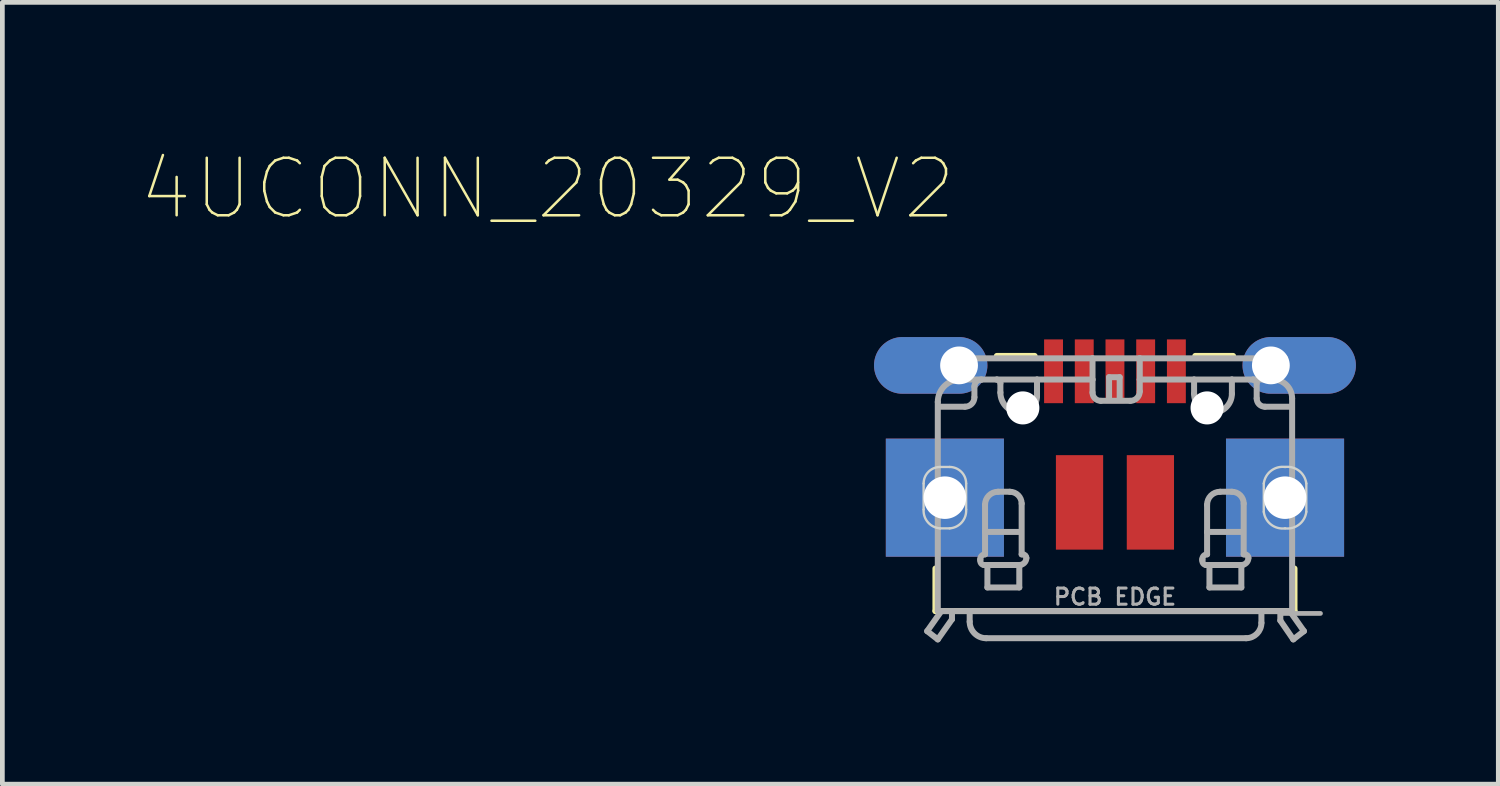
<source format=kicad_pcb>
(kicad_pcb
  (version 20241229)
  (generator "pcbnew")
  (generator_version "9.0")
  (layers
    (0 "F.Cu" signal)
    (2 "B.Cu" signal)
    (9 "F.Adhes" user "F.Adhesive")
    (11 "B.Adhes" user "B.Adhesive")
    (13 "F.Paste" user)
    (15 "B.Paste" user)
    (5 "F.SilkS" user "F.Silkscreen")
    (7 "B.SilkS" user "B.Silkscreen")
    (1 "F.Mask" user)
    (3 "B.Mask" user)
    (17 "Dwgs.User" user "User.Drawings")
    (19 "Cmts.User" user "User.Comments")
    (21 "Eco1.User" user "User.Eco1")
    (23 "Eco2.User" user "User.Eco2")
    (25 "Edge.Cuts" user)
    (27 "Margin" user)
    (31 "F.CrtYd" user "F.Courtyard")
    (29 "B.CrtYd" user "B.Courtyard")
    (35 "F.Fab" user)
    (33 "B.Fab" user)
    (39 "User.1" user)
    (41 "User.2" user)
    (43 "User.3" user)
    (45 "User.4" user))
  (footprint "4UCONN_20329_V2"
    (layer "F.Cu")
    (at 20.55 5.584)
    (property "Reference" "4UCONN_20329_V2" (at -3.31 -5.35 180) (layer "F.SilkS") (effects (font (size 1.217 1.217) (thickness 0.053)) (justify right top)))
    (fp_poly (pts (xy -1.55 -0.05) (xy -1.05 -0.05) (xy -1.05 -1.5) (xy -1.55 -1.5)) (stroke (width 0) (type default)) (fill yes) (layer "F.Mask"))
    (fp_poly (pts (xy -0.9 -0.05) (xy -0.4 -0.05) (xy -0.4 -1.5) (xy -0.9 -1.5)) (stroke (width 0) (type default)) (fill yes) (layer "F.Mask"))
    (fp_poly (pts (xy -0.25 -0.05) (xy 0.25 -0.05) (xy 0.25 -1.5) (xy -0.25 -1.5)) (stroke (width 0) (type default)) (fill yes) (layer "F.Mask"))
    (fp_poly (pts (xy 0.4 -0.05) (xy 0.9 -0.05) (xy 0.9 -1.5) (xy 0.4 -1.5)) (stroke (width 0) (type default)) (fill yes) (layer "F.Mask"))
    (fp_poly (pts (xy 1.05 -0.05) (xy 1.55 -0.05) (xy 1.55 -1.5) (xy 1.05 -1.5)) (stroke (width 0) (type default)) (fill yes) (layer "F.Mask"))
    (fp_line (start -3.8 3.4) (end -3.8 4.3) (stroke (width 0.127) (type solid)) (layer "F.SilkS"))
    (fp_line (start -3.8 4.3) (end 3.8 4.3) (stroke (width 0.127) (type solid)) (layer "F.SilkS"))
    (fp_line (start -2.5 -1.1) (end -1.7 -1.1) (stroke (width 0.127) (type solid)) (layer "F.SilkS"))
    (fp_line (start 1.7 -1.1) (end 2.5 -1.1) (stroke (width 0.127) (type solid)) (layer "F.SilkS"))
    (fp_line (start 3.8 4.3) (end 3.8 3.4) (stroke (width 0.127) (type solid)) (layer "F.SilkS"))
    (fp_poly (pts (xy -4.85 3.15) (xy -2.35 3.15) (xy -2.35 0.65) (xy -4.85 0.65)) (stroke (width 0) (type default)) (fill yes) (layer "F.Paste"))
    (fp_poly (pts (xy 2.35 3.15) (xy 4.85 3.15) (xy 4.85 0.65) (xy 2.35 0.65)) (stroke (width 0) (type default)) (fill yes) (layer "F.Paste"))
    (fp_poly (pts (xy -3.186 -1.499) (xy -3.03 -1.442) (xy -2.893 -1.346) (xy -2.786 -1.219) (xy -2.715 -1.067) (xy -2.686 -0.9) (xy -2.715 -0.733) (xy -2.786 -0.581) (xy -2.893 -0.454) (xy -3.03 -0.358) (xy -3.186 -0.301) (xy -3.347 -0.286) (xy -4.457 -0.286) (xy -4.767 -0.355) (xy -4.907 -0.454) (xy -5.014 -0.581) (xy -5.085 -0.733) (xy -5.115 -0.904) (xy -5.017 -1.215) (xy -4.907 -1.346) (xy -4.77 -1.442) (xy -4.614 -1.499) (xy -4.453 -1.514) (xy -3.347 -1.514)) (stroke (width 0) (type default)) (fill yes) (layer "F.Paste"))
    (fp_poly (pts (xy 4.614 -1.499) (xy 4.77 -1.442) (xy 4.907 -1.346) (xy 5.014 -1.219) (xy 5.085 -1.067) (xy 5.114 -0.9) (xy 5.085 -0.733) (xy 5.014 -0.581) (xy 4.907 -0.454) (xy 4.77 -0.358) (xy 4.614 -0.301) (xy 4.453 -0.286) (xy 3.343 -0.286) (xy 3.033 -0.355) (xy 2.893 -0.454) (xy 2.786 -0.581) (xy 2.715 -0.733) (xy 2.685 -0.904) (xy 2.783 -1.215) (xy 2.893 -1.346) (xy 3.03 -1.442) (xy 3.186 -1.499) (xy 3.347 -1.514) (xy 4.453 -1.514)) (stroke (width 0) (type default)) (fill yes) (layer "F.Paste"))
    (fp_line (start -4.05 2.15) (end -4.05 1.6) (stroke (width 0.05) (type solid)) (layer "Edge.Cuts"))
    (fp_line (start -3.7 1.25) (end -3.5 1.25) (stroke (width 0.05) (type solid)) (layer "Edge.Cuts"))
    (fp_line (start -3.5 2.55) (end -3.7 2.55) (stroke (width 0.05) (type solid)) (layer "Edge.Cuts"))
    (fp_line (start -3.15 1.6) (end -3.15 2.15) (stroke (width 0.05) (type solid)) (layer "Edge.Cuts"))
    (fp_line (start 3.15 2.2) (end 3.15 1.6) (stroke (width 0.05) (type solid)) (layer "Edge.Cuts"))
    (fp_line (start 4.05 1.6) (end 4.05 2.2) (stroke (width 0.05) (type solid)) (layer "Edge.Cuts"))
    (fp_arc (start -4.05 1.6) (mid -3.947487 1.352513) (end -3.7 1.25) (stroke (width 0.05) (type solid)) (layer "Edge.Cuts"))
    (fp_arc (start -3.7 2.55) (mid -3.957843 2.422487) (end -4.05 2.15) (stroke (width 0.05) (type solid)) (layer "Edge.Cuts"))
    (fp_arc (start -3.5 1.25) (mid -3.252513 1.352513) (end -3.15 1.6) (stroke (width 0.05) (type solid)) (layer "Edge.Cuts"))
    (fp_arc (start -3.15 2.15) (mid -3.242157 2.422487) (end -3.5 2.55) (stroke (width 0.05) (type solid)) (layer "Edge.Cuts"))
    (fp_arc (start 3.15 1.6) (mid 3.302513 1.331802) (end 3.6 1.25) (stroke (width 0.05) (type solid)) (layer "Edge.Cuts"))
    (fp_arc (start 3.6 1.25) (mid 3.897487 1.331802) (end 4.05 1.6) (stroke (width 0.05) (type solid)) (layer "Edge.Cuts"))
    (fp_arc (start 3.6 2.55) (mid 3.302513 2.468198) (end 3.15 2.2) (stroke (width 0.05) (type solid)) (layer "Edge.Cuts"))
    (fp_arc (start 4.05 2.2) (mid 3.897487 2.468198) (end 3.6 2.55) (stroke (width 0.05) (type solid)) (layer "Edge.Cuts"))
    (fp_line (start -3.975 4.725) (end -3.75 4.9) (stroke (width 0.127) (type solid)) (layer "F.Fab"))
    (fp_line (start -3.975 4.725) (end -3.675 4.3) (stroke (width 0.127) (type solid)) (layer "F.Fab"))
    (fp_line (start -3.75 -0.125) (end -3.75 4.3) (stroke (width 0.127) (type solid)) (layer "F.Fab"))
    (fp_line (start -3.75 4.3) (end -3.675 4.3) (stroke (width 0.127) (type solid)) (layer "F.Fab"))
    (fp_line (start -3.75 4.9) (end -3.45 4.475) (stroke (width 0.127) (type solid)) (layer "F.Fab"))
    (fp_line (start -3.725 -0.025) (end -3.175 -0.025) (stroke (width 0.127) (type solid)) (layer "F.Fab"))
    (fp_line (start -3.675 4.3) (end -3.45 4.3) (stroke (width 0.127) (type solid)) (layer "F.Fab"))
    (fp_line (start -3.575 -1.05) (end -0.475 -1.05) (stroke (width 0.127) (type solid)) (layer "F.Fab"))
    (fp_line (start -3.575 -0.75) (end -3.575 -1.05) (stroke (width 0.127) (type solid)) (layer "F.Fab"))
    (fp_line (start -3.45 4.3) (end -3.075 4.3) (stroke (width 0.127) (type solid)) (layer "F.Fab"))
    (fp_line (start -3.45 4.475) (end -3.45 4.3) (stroke (width 0.127) (type solid)) (layer "F.Fab"))
    (fp_line (start -3.425 -0.75) (end -3.575 -0.75) (stroke (width 0.127) (type solid)) (layer "F.Fab"))
    (fp_line (start -3.425 -0.625) (end -3.425 -0.75) (stroke (width 0.127) (type solid)) (layer "F.Fab"))
    (fp_line (start -3.075 4.3) (end -3.075 4.525) (stroke (width 0.127) (type solid)) (layer "F.Fab"))
    (fp_line (start -3.075 4.3) (end 3.1 4.3) (stroke (width 0.127) (type solid)) (layer "F.Fab"))
    (fp_line (start -2.975 -0.225) (end -2.975 -0.45) (stroke (width 0.127) (type solid)) (layer "F.Fab"))
    (fp_line (start -2.85 3.225) (end -2.85 3.2) (stroke (width 0.127) (type solid)) (layer "F.Fab"))
    (fp_line (start -2.825 -0.6) (end -3.275 -0.6) (stroke (width 0.127) (type solid)) (layer "F.Fab"))
    (fp_line (start -2.825 -0.6) (end -2.5 -0.6) (stroke (width 0.127) (type solid)) (layer "F.Fab"))
    (fp_line (start -2.75 2.625) (end -2.75 2.05) (stroke (width 0.127) (type solid)) (layer "F.Fab"))
    (fp_line (start -2.75 2.625) (end -2 2.625) (stroke (width 0.127) (type solid)) (layer "F.Fab"))
    (fp_line (start -2.75 3.1) (end -2.75 2.625) (stroke (width 0.127) (type solid)) (layer "F.Fab"))
    (fp_line (start -2.725 4.875) (end 2.775 4.875) (stroke (width 0.127) (type solid)) (layer "F.Fab"))
    (fp_line (start -2.7 3.325) (end -2.775 3.325) (stroke (width 0.127) (type solid)) (layer "F.Fab"))
    (fp_line (start -2.7 3.325) (end -2 3.325) (stroke (width 0.127) (type solid)) (layer "F.Fab"))
    (fp_line (start -2.7 3.8) (end -2.7 3.325) (stroke (width 0.127) (type solid)) (layer "F.Fab"))
    (fp_line (start -2.475 1.775) (end -2.225 1.775) (stroke (width 0.127) (type solid)) (layer "F.Fab"))
    (fp_line (start -2.425 -0.525) (end -2.425 -0.325) (stroke (width 0.127) (type solid)) (layer "F.Fab"))
    (fp_line (start -2.025 3.325) (end -2.025 3.8) (stroke (width 0.127) (type solid)) (layer "F.Fab"))
    (fp_line (start -2.025 3.8) (end -2.7 3.8) (stroke (width 0.127) (type solid)) (layer "F.Fab"))
    (fp_line (start -1.975 2.025) (end -1.975 3.1) (stroke (width 0.127) (type solid)) (layer "F.Fab"))
    (fp_line (start -1.975 3.1) (end -1.95 3.1) (stroke (width 0.127) (type solid)) (layer "F.Fab"))
    (fp_line (start -1.65 -0.6) (end -2.5 -0.6) (stroke (width 0.127) (type solid)) (layer "F.Fab"))
    (fp_line (start -1.65 -0.25) (end -1.65 -0.6) (stroke (width 0.127) (type solid)) (layer "F.Fab"))
    (fp_line (start -0.475 -1.05) (end 0.525 -1.05) (stroke (width 0.127) (type solid)) (layer "F.Fab"))
    (fp_line (start -0.475 -0.6) (end -1.65 -0.6) (stroke (width 0.127) (type solid)) (layer "F.Fab"))
    (fp_line (start -0.475 -0.6) (end -0.475 -1.05) (stroke (width 0.127) (type solid)) (layer "F.Fab"))
    (fp_line (start -0.475 -0.325) (end -0.475 -0.6) (stroke (width 0.127) (type solid)) (layer "F.Fab"))
    (fp_line (start -0.125 -0.65) (end 0.1 -0.65) (stroke (width 0.127) (type solid)) (layer "F.Fab"))
    (fp_line (start -0.125 -0.175) (end -0.125 -0.65) (stroke (width 0.127) (type solid)) (layer "F.Fab"))
    (fp_line (start 0.1 -0.65) (end 0.1 -0.175) (stroke (width 0.127) (type solid)) (layer "F.Fab"))
    (fp_line (start 0.325 -0.15) (end -0.3 -0.15) (stroke (width 0.127) (type solid)) (layer "F.Fab"))
    (fp_line (start 0.525 -1.05) (end 0.525 -0.6) (stroke (width 0.127) (type solid)) (layer "F.Fab"))
    (fp_line (start 0.525 -1.05) (end 3.6 -1.05) (stroke (width 0.127) (type solid)) (layer "F.Fab"))
    (fp_line (start 0.525 -0.6) (end 0.525 -0.35) (stroke (width 0.127) (type solid)) (layer "F.Fab"))
    (fp_line (start 1.675 -0.6) (end 0.525 -0.6) (stroke (width 0.127) (type solid)) (layer "F.Fab"))
    (fp_line (start 1.675 -0.6) (end 1.675 -0.3) (stroke (width 0.127) (type solid)) (layer "F.Fab"))
    (fp_line (start 1.85 3.225) (end 1.85 3.2) (stroke (width 0.127) (type solid)) (layer "F.Fab"))
    (fp_line (start 1.95 2.625) (end 1.95 2.05) (stroke (width 0.127) (type solid)) (layer "F.Fab"))
    (fp_line (start 1.95 2.625) (end 2.7 2.625) (stroke (width 0.127) (type solid)) (layer "F.Fab"))
    (fp_line (start 1.95 3.1) (end 1.95 2.625) (stroke (width 0.127) (type solid)) (layer "F.Fab"))
    (fp_line (start 2 3.325) (end 1.925 3.325) (stroke (width 0.127) (type solid)) (layer "F.Fab"))
    (fp_line (start 2 3.325) (end 2.7 3.325) (stroke (width 0.127) (type solid)) (layer "F.Fab"))
    (fp_line (start 2 3.8) (end 2 3.325) (stroke (width 0.127) (type solid)) (layer "F.Fab"))
    (fp_line (start 2.225 1.775) (end 2.475 1.775) (stroke (width 0.127) (type solid)) (layer "F.Fab"))
    (fp_line (start 2.475 -0.6) (end 1.675 -0.6) (stroke (width 0.127) (type solid)) (layer "F.Fab"))
    (fp_line (start 2.475 -0.6) (end 2.925 -0.6) (stroke (width 0.127) (type solid)) (layer "F.Fab"))
    (fp_line (start 2.475 -0.3) (end 2.475 -0.6) (stroke (width 0.127) (type solid)) (layer "F.Fab"))
    (fp_line (start 2.675 3.325) (end 2.675 3.8) (stroke (width 0.127) (type solid)) (layer "F.Fab"))
    (fp_line (start 2.675 3.8) (end 2 3.8) (stroke (width 0.127) (type solid)) (layer "F.Fab"))
    (fp_line (start 2.725 2.025) (end 2.725 3.1) (stroke (width 0.127) (type solid)) (layer "F.Fab"))
    (fp_line (start 2.725 3.1) (end 2.75 3.1) (stroke (width 0.127) (type solid)) (layer "F.Fab"))
    (fp_line (start 3 -0.525) (end 3 -0.2) (stroke (width 0.127) (type solid)) (layer "F.Fab"))
    (fp_line (start 3.1 4.3) (end 3.7 4.3) (stroke (width 0.127) (type solid)) (layer "F.Fab"))
    (fp_line (start 3.1 4.55) (end 3.1 4.3) (stroke (width 0.127) (type solid)) (layer "F.Fab"))
    (fp_line (start 3.175 -0.025) (end 3.725 -0.025) (stroke (width 0.127) (type solid)) (layer "F.Fab"))
    (fp_line (start 3.35 -0.775) (end 3.35 -0.6) (stroke (width 0.127) (type solid)) (layer "F.Fab"))
    (fp_line (start 3.35 -0.6) (end 2.925 -0.6) (stroke (width 0.127) (type solid)) (layer "F.Fab"))
    (fp_line (start 3.5 4.35) (end 4.35 4.35) (stroke (width 0.1) (type solid)) (layer "F.Fab"))
    (fp_line (start 3.5 4.5) (end 3.5 4.35) (stroke (width 0.127) (type solid)) (layer "F.Fab"))
    (fp_line (start 3.6 -1.05) (end 3.6 -0.775) (stroke (width 0.127) (type solid)) (layer "F.Fab"))
    (fp_line (start 3.6 -0.775) (end 3.35 -0.775) (stroke (width 0.127) (type solid)) (layer "F.Fab"))
    (fp_line (start 3.7 4.3) (end 3.75 4.3) (stroke (width 0.127) (type solid)) (layer "F.Fab"))
    (fp_line (start 3.7 4.3) (end 4 4.725) (stroke (width 0.127) (type solid)) (layer "F.Fab"))
    (fp_line (start 3.75 4.3) (end 3.75 -0.2) (stroke (width 0.127) (type solid)) (layer "F.Fab"))
    (fp_line (start 3.775 4.9) (end 3.5 4.5) (stroke (width 0.127) (type solid)) (layer "F.Fab"))
    (fp_line (start 4 4.725) (end 3.775 4.9) (stroke (width 0.127) (type solid)) (layer "F.Fab"))
    (fp_arc (start -3.750001 -0.124999) (mid -3.610876 -0.460875) (end -3.275 -0.6) (stroke (width 0.127) (type solid)) (layer "F.Fab"))
    (fp_arc (start -2.975 -0.45) (mid -2.931066 -0.556066) (end -2.825 -0.6) (stroke (width 0.127) (type solid)) (layer "F.Fab"))
    (fp_arc (start -2.975 -0.225) (mid -3.033579 -0.083579) (end -3.175 -0.025) (stroke (width 0.127) (type solid)) (layer "F.Fab"))
    (fp_arc (start -2.85 3.2) (mid -2.820711 3.129289) (end -2.75 3.1) (stroke (width 0.127) (type solid)) (layer "F.Fab"))
    (fp_arc (start -2.775 3.325) (mid -2.833211 3.290533) (end -2.85 3.225) (stroke (width 0.127) (type solid)) (layer "F.Fab"))
    (fp_arc (start -2.75 2.05) (mid -2.669454 1.855546) (end -2.475 1.775) (stroke (width 0.127) (type solid)) (layer "F.Fab"))
    (fp_arc (start -2.725 4.875) (mid -2.972487 4.772487) (end -3.075 4.525) (stroke (width 0.127) (type solid)) (layer "F.Fab"))
    (fp_arc (start -2.5 -0.6) (mid -2.446967 -0.578033) (end -2.425 -0.525) (stroke (width 0.127) (type solid)) (layer "F.Fab"))
    (fp_arc (start -2.225 1.775) (mid -2.048223 1.848223) (end -1.975 2.025) (stroke (width 0.127) (type solid)) (layer "F.Fab"))
    (fp_arc (start -2 0.1) (mid -2.30052 -0.02448) (end -2.425 -0.325) (stroke (width 0.127) (type solid)) (layer "F.Fab"))
    (fp_arc (start -1.95 3.1) (mid -1.896967 3.121967) (end -1.875 3.175) (stroke (width 0.127) (type solid)) (layer "F.Fab"))
    (fp_arc (start -1.875 3.175) (mid -1.918934 3.281066) (end -2.025 3.325) (stroke (width 0.127) (type solid)) (layer "F.Fab"))
    (fp_arc (start -1.65 -0.25) (mid -1.752513 -0.002513) (end -2 0.1) (stroke (width 0.127) (type solid)) (layer "F.Fab"))
    (fp_arc (start -0.3 -0.15) (mid -0.423744 -0.201256) (end -0.475 -0.325) (stroke (width 0.127) (type solid)) (layer "F.Fab"))
    (fp_arc (start 0.525 -0.35) (mid 0.466421 -0.208579) (end 0.325 -0.15) (stroke (width 0.127) (type solid)) (layer "F.Fab"))
    (fp_arc (start 1.85 3.2) (mid 1.879289 3.129289) (end 1.95 3.1) (stroke (width 0.127) (type solid)) (layer "F.Fab"))
    (fp_arc (start 1.925 3.325) (mid 1.866789 3.290533) (end 1.85 3.225) (stroke (width 0.127) (type solid)) (layer "F.Fab"))
    (fp_arc (start 1.95 2.05) (mid 2.030546 1.855546) (end 2.225 1.775) (stroke (width 0.127) (type solid)) (layer "F.Fab"))
    (fp_arc (start 2.075 0.1) (mid 1.792157 -0.017157) (end 1.675 -0.3) (stroke (width 0.127) (type solid)) (layer "F.Fab"))
    (fp_arc (start 2.475 -0.3) (mid 2.357843 -0.017157) (end 2.075 0.1) (stroke (width 0.127) (type solid)) (layer "F.Fab"))
    (fp_arc (start 2.475 1.775) (mid 2.651777 1.848223) (end 2.725 2.025) (stroke (width 0.127) (type solid)) (layer "F.Fab"))
    (fp_arc (start 2.75 3.1) (mid 2.803033 3.121967) (end 2.825 3.175) (stroke (width 0.127) (type solid)) (layer "F.Fab"))
    (fp_arc (start 2.825 3.175) (mid 2.781066 3.281066) (end 2.675 3.325) (stroke (width 0.127) (type solid)) (layer "F.Fab"))
    (fp_arc (start 2.925 -0.6) (mid 2.978033 -0.578033) (end 3 -0.525) (stroke (width 0.127) (type solid)) (layer "F.Fab"))
    (fp_arc (start 3.1 4.55) (mid 3.00481 4.77981) (end 2.775 4.875) (stroke (width 0.127) (type solid)) (layer "F.Fab"))
    (fp_arc (start 3.175 -0.025) (mid 3.051256 -0.076256) (end 3 -0.2) (stroke (width 0.127) (type solid)) (layer "F.Fab"))
    (fp_arc (start 3.349999 -0.599999) (mid 3.632842 -0.482842) (end 3.75 -0.2) (stroke (width 0.127) (type solid)) (layer "F.Fab"))
    (fp_text user "PCB EDGE" (at 0 4 0) (layer "F.Fab") (effects (font (size 0.341 0.341) (thickness 0.065))))
    (pad "" np_thru_hole circle (at -1.95 0) (size 0.7 0.7) (drill 0.7) (layers "*.Cu" "*.Mask"))
    (pad "" np_thru_hole circle (at 1.95 0) (size 0.7 0.7) (drill 0.7) (layers "*.Cu" "*.Mask"))
    (pad "BASE@1" smd rect (at -0.75 2 90) (size 2 1) (layers "F.Cu" "F.Mask" "F.Paste"))
    (pad "BASE@2" smd rect (at 0.75 2 90) (size 2 1) (layers "F.Cu" "F.Mask" "F.Paste"))
    (pad "D+" smd rect (at 0 -0.775) (size 0.4 1.35) (layers "F.Cu" "F.Paste"))
    (pad "D-" smd rect (at -0.65 -0.775) (size 0.4 1.35) (layers "F.Cu" "F.Paste"))
    (pad "GND" smd rect (at 1.3 -0.775) (size 0.4 1.35) (layers "F.Cu" "F.Paste"))
    (pad "ID" smd rect (at 0.65 -0.775) (size 0.4 1.35) (layers "F.Cu" "F.Paste"))
    (pad "SPRT@1" thru_hole oval (at -3.3 -0.9 180) (size 2.4 1.2) (drill 0.8 (offset 0.6 0)) (layers "*.Cu" "*.Mask"))
    (pad "SPRT@2" thru_hole oval (at 3.3 -0.9) (size 2.4 1.2) (drill 0.8 (offset 0.6 0)) (layers "*.Cu" "*.Mask"))
    (pad "SPRT@3" thru_hole rect (at -3.6 1.9 90) (size 2.5 2.5) (drill 0.9) (layers "*.Cu" "*.Mask"))
    (pad "SPRT@4" thru_hole rect (at 3.6 1.9 90) (size 2.5 2.5) (drill 0.9) (layers "*.Cu" "*.Mask"))
    (pad "VBUS" smd rect (at -1.3 -0.775) (size 0.4 1.35) (layers "F.Cu" "F.Paste")))
  (gr_rect
    (start -3 -3)
    (end 28.664 13.548)
    (stroke (width 0.1) (type default))
    (fill no)
    (layer "Edge.Cuts")))
</source>
